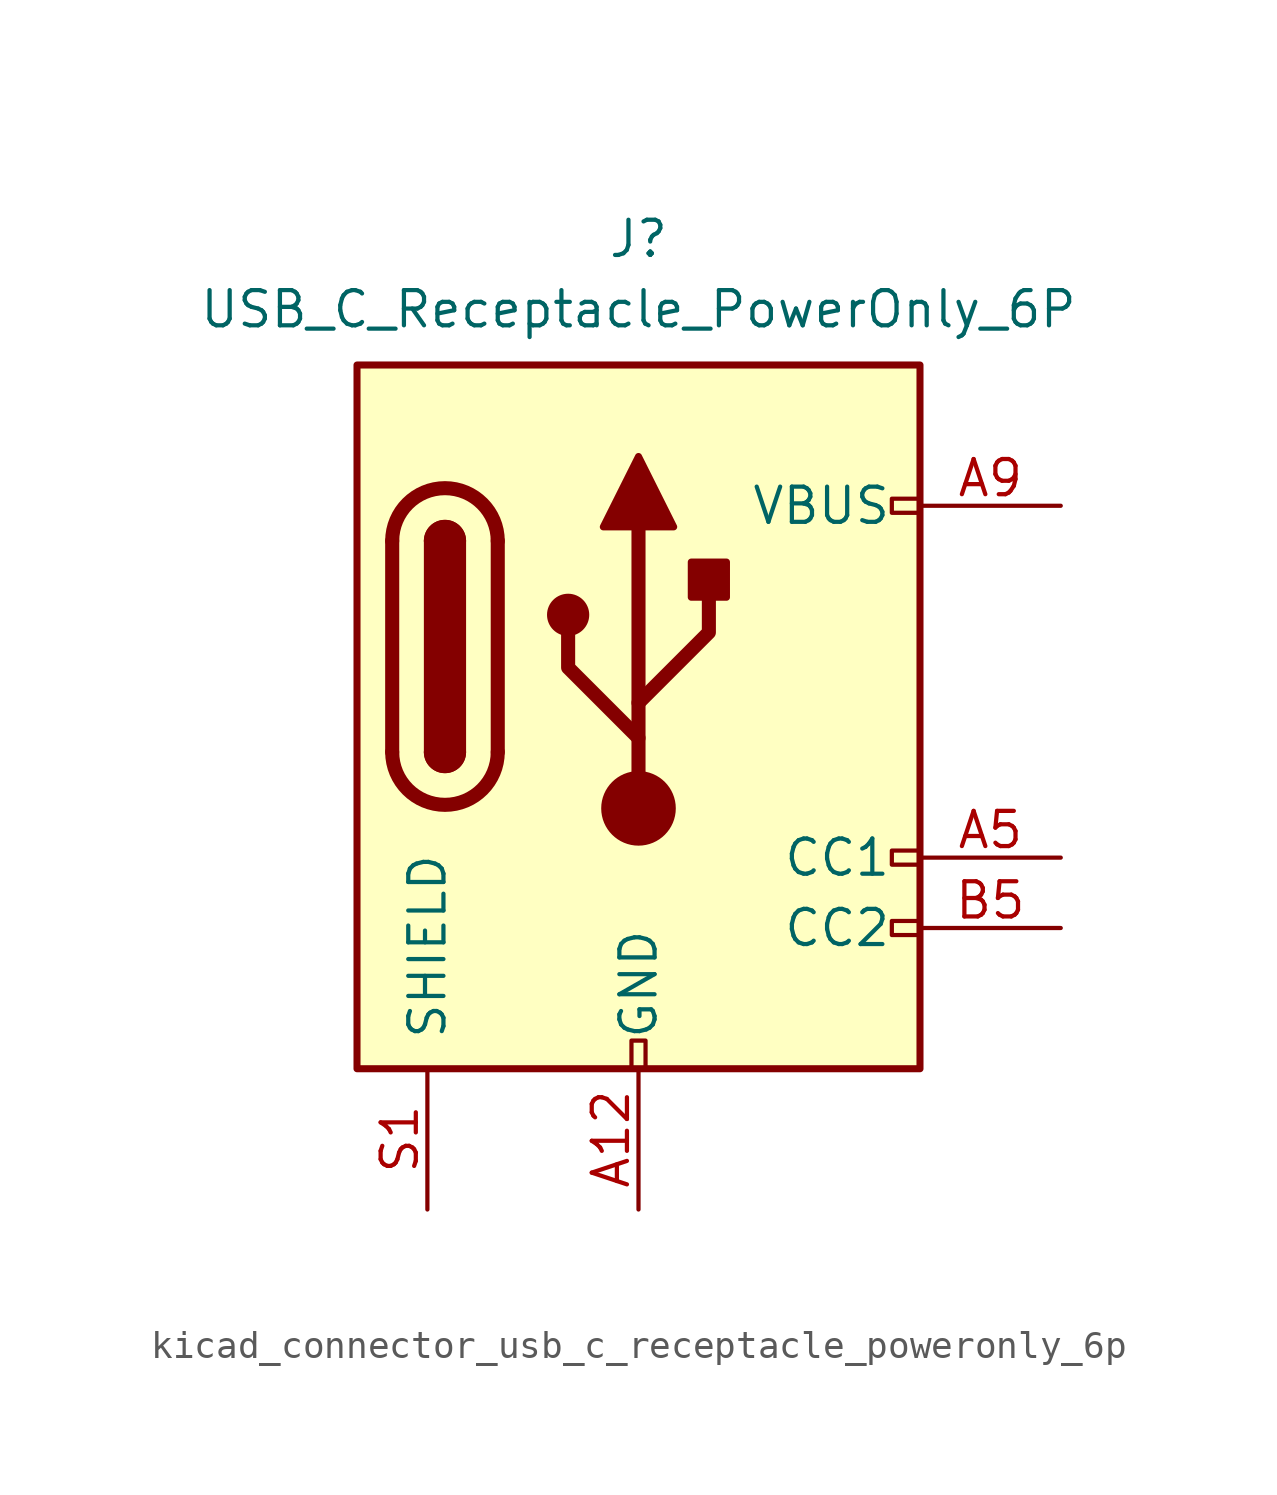
<source format=kicad_sym>
(kicad_symbol_lib
  (version 20220914)
  (generator kicad_symbol_editor)
  (symbol "kicad_connector_usb_c_receptacle_poweronly_6p"
    (pin_names
      (offset 1.016))
    (property "Reference" "J"
      (at 0 16.51 0)
      (effects (font (size 1.27 1.27)) (justify bottom)))
    (property "Value" "USB_C_Receptacle_PowerOnly_6P"
      (at 0 13.97 0)
      (effects (font (size 1.27 1.27)) (justify bottom)))
    (symbol "kicad_connector_usb_c_receptacle_poweronly_6p_0_0"
      (rectangle (start -0.254 -12.7) (end 0.254 -11.684) (stroke (width 0) (type default)) (fill (type none)))
      (rectangle (start 10.16 -7.366) (end 9.144 -7.874) (stroke (width 0) (type default)) (fill (type none)))
      (rectangle (start 10.16 -4.826) (end 9.144 -5.334) (stroke (width 0) (type default)) (fill (type none)))
      (rectangle (start 10.16 7.874) (end 9.144 7.366) (stroke (width 0) (type default)) (fill (type none))))
    (symbol "kicad_connector_usb_c_receptacle_poweronly_6p_0_1"
      (rectangle (start -10.16 12.7) (end 10.16 -12.7) (stroke (width 0.254) (type default)) (fill (type background)))
      (arc (start -8.89 -1.27) (mid -6.985 -3.1667) (end -5.08 -1.27) (stroke (width 0.508) (type default)) (fill (type none)))
      (arc (start -7.62 -1.27) (mid -6.985 -1.9023) (end -6.35 -1.27) (stroke (width 0.254) (type default)) (fill (type none)))
      (arc (start -7.62 -1.27) (mid -6.985 -1.9023) (end -6.35 -1.27) (stroke (width 0.254) (type default)) (fill (type outline)))
      (rectangle (start -7.62 -1.27) (end -6.35 6.35) (stroke (width 0.254) (type default)) (fill (type outline)))
      (arc (start -6.35 6.35) (mid -6.985 6.9823) (end -7.62 6.35) (stroke (width 0.254) (type default)) (fill (type none)))
      (arc (start -6.35 6.35) (mid -6.985 6.9823) (end -7.62 6.35) (stroke (width 0.254) (type default)) (fill (type outline)))
      (arc (start -5.08 6.35) (mid -6.985 8.2467) (end -8.89 6.35) (stroke (width 0.508) (type default)) (fill (type none)))
      (circle (center -2.54 3.683) (radius 0.635) (stroke (width 0.254) (type default)) (fill (type outline)))
      (circle (center 0 -3.302) (radius 1.27) (stroke (width 0) (type default)) (fill (type outline)))
      (polyline (pts (xy -8.89 -1.27) (xy -8.89 6.35)) (stroke (width 0.508) (type default)) (fill (type none)))
      (polyline (pts (xy -5.08 6.35) (xy -5.08 -1.27)) (stroke (width 0.508) (type default)) (fill (type none)))
      (polyline (pts (xy 0 -3.302) (xy 0 6.858)) (stroke (width 0.508) (type default)) (fill (type none)))
      (polyline (pts (xy 0 -0.762) (xy -2.54 1.778) (xy -2.54 3.048)) (stroke (width 0.508) (type default)) (fill (type none)))
      (polyline (pts (xy 0 0.508) (xy 2.54 3.048) (xy 2.54 4.318)) (stroke (width 0.508) (type default)) (fill (type none)))
      (polyline (pts (xy -1.27 6.858) (xy 0 9.398) (xy 1.27 6.858) (xy -1.27 6.858)) (stroke (width 0.254) (type default)) (fill (type outline)))
      (rectangle (start 1.905 4.318) (end 3.175 5.588) (stroke (width 0.254) (type default)) (fill (type outline))))
    (symbol "kicad_connector_usb_c_receptacle_poweronly_6p_1_1"
      (pin passive line (at 0 -17.78 90) (length 5.08) (name "GND" (effects (font (size 1.27 1.27)))) (number "A12" (effects (font (size 1.27 1.27)))))
      (pin bidirectional line (at 15.24 -5.08 180) (length 5.08) (name "CC1" (effects (font (size 1.27 1.27)))) (number "A5" (effects (font (size 1.27 1.27)))))
      (pin passive line (at 15.24 7.62 180) (length 5.08) (name "VBUS" (effects (font (size 1.27 1.27)))) (number "A9" (effects (font (size 1.27 1.27)))))
      (pin passive line (at 0 -17.78 90) (length 5.08) hide (name "GND" (effects (font (size 1.27 1.27)))) (number "B12" (effects (font (size 1.27 1.27)))))
      (pin bidirectional line (at 15.24 -7.62 180) (length 5.08) (name "CC2" (effects (font (size 1.27 1.27)))) (number "B5" (effects (font (size 1.27 1.27)))))
      (pin passive line (at 15.24 7.62 180) (length 5.08) hide (name "VBUS" (effects (font (size 1.27 1.27)))) (number "B9" (effects (font (size 1.27 1.27)))))
      (pin passive line (at -7.62 -17.78 90) (length 5.08) (name "SHIELD" (effects (font (size 1.27 1.27)))) (number "S1" (effects (font (size 1.27 1.27))))))))
</source>
